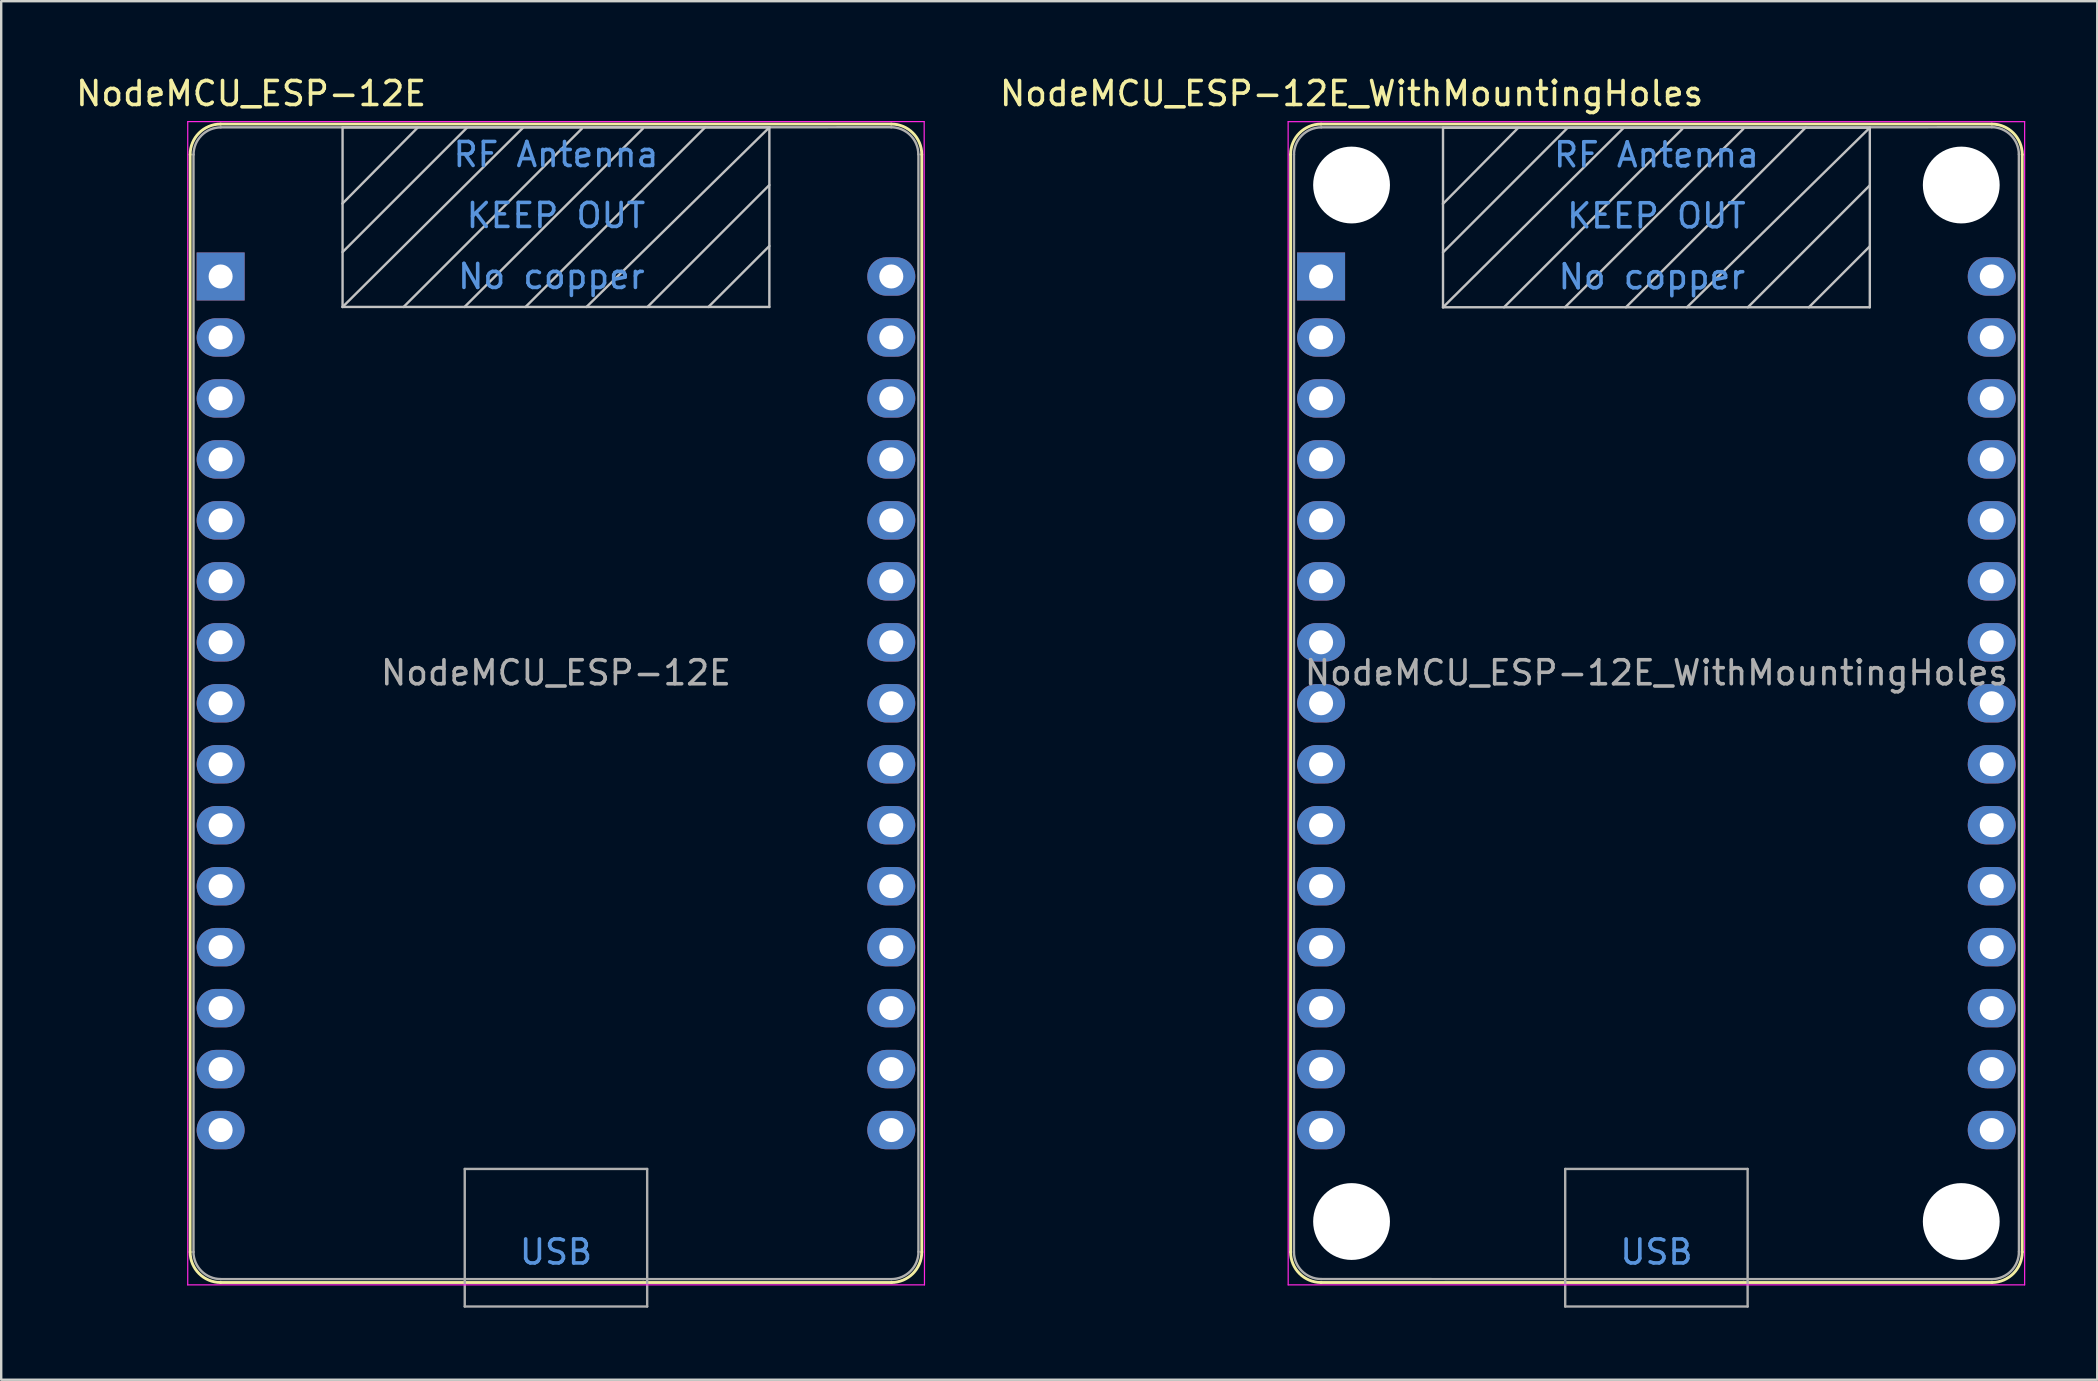
<source format=kicad_pcb>
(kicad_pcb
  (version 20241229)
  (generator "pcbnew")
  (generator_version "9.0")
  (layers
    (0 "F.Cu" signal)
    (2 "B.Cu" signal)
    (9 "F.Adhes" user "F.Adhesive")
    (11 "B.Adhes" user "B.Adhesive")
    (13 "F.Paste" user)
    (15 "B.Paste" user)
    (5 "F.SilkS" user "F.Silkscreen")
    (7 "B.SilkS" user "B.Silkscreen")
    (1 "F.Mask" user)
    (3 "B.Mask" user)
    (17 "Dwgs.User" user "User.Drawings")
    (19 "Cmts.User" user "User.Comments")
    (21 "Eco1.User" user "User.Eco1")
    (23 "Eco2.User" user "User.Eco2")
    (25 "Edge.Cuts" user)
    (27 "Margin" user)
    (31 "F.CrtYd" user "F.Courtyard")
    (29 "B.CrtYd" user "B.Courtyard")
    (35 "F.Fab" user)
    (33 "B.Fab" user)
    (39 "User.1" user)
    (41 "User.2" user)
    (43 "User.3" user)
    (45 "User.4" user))
  (footprint "NodeMCU_ESP-12E_WithMountingHoles"
    (layer "F.Cu")
    (at 51.985 8.468)
    (property "Reference" "NodeMCU_ESP-12E_WithMountingHoles" (at 1.27 -7.62 0) (layer "F.SilkS") (effects (font (size 1 1) (thickness 0.15))))
    (attr through_hole)
    (fp_line (start -1.27 -5.08) (end -1.27 40.64) (stroke (width 0.12) (type solid)) (layer "F.SilkS"))
    (fp_line (start 27.94 -6.35) (end 0 -6.35) (stroke (width 0.12) (type solid)) (layer "F.SilkS"))
    (fp_line (start 27.95 41.91) (end 0 41.91) (stroke (width 0.12) (type solid)) (layer "F.SilkS"))
    (fp_line (start 29.21 -5.08) (end 29.21 40.64) (stroke (width 0.12) (type solid)) (layer "F.SilkS"))
    (fp_arc (start -1.27 -5.08) (mid -0.898026 -5.978026) (end 0 -6.35) (stroke (width 0.12) (type solid)) (layer "F.SilkS"))
    (fp_arc (start 0 41.91) (mid -0.898026 41.538026) (end -1.27 40.64) (stroke (width 0.12) (type solid)) (layer "F.SilkS"))
    (fp_arc (start 27.94 -6.35) (mid 28.838026 -5.978026) (end 29.21 -5.08) (stroke (width 0.12) (type solid)) (layer "F.SilkS"))
    (fp_arc (start 29.21 40.64) (mid 28.841554 41.534483) (end 27.95 41.909961) (stroke (width 0.12) (type solid)) (layer "F.SilkS"))
    (fp_line (start 5.075 -3.024) (end 8.204 -6.185) (stroke (width 0.1) (type solid)) (layer "Dwgs.User"))
    (fp_line (start 5.08 -6.198) (end 5.08 1.283) (stroke (width 0.1) (type solid)) (layer "Dwgs.User"))
    (fp_line (start 5.08 -6.198) (end 22.86 -6.198) (stroke (width 0.1) (type solid)) (layer "Dwgs.User"))
    (fp_line (start 5.08 -1.003) (end 10.262 -6.185) (stroke (width 0.1) (type solid)) (layer "Dwgs.User"))
    (fp_line (start 5.08 1.283) (end 12.598 -6.185) (stroke (width 0.1) (type solid)) (layer "Dwgs.User"))
    (fp_line (start 5.08 1.283) (end 22.86 1.283) (stroke (width 0.1) (type solid)) (layer "Dwgs.User"))
    (fp_line (start 7.62 1.283) (end 15.05 -6.147) (stroke (width 0.1) (type solid)) (layer "Dwgs.User"))
    (fp_line (start 10.16 1.283) (end 17.59 -6.147) (stroke (width 0.1) (type solid)) (layer "Dwgs.User"))
    (fp_line (start 12.7 1.283) (end 20.193 -6.21) (stroke (width 0.1) (type solid)) (layer "Dwgs.User"))
    (fp_line (start 15.24 1.283) (end 22.86 -6.198) (stroke (width 0.1) (type solid)) (layer "Dwgs.User"))
    (fp_line (start 17.78 1.283) (end 22.86 -3.797) (stroke (width 0.1) (type solid)) (layer "Dwgs.User"))
    (fp_line (start 20.32 1.283) (end 22.86 -1.257) (stroke (width 0.1) (type solid)) (layer "Dwgs.User"))
    (fp_line (start 22.86 -6.198) (end 22.86 1.283) (stroke (width 0.1) (type solid)) (layer "Dwgs.User"))
    (fp_line (start -1.37 42.01) (end -1.372 -6.45) (stroke (width 0.05) (type solid)) (layer "F.CrtYd"))
    (fp_line (start 29.31 -6.45) (end -1.372 -6.45) (stroke (width 0.05) (type solid)) (layer "F.CrtYd"))
    (fp_line (start 29.31 42.01) (end -1.37 42.01) (stroke (width 0.05) (type solid)) (layer "F.CrtYd"))
    (fp_line (start 29.31 42.01) (end 29.31 -6.45) (stroke (width 0.05) (type solid)) (layer "F.CrtYd"))
    (fp_line (start -1.128 -5.075) (end -1.13 40.64) (stroke (width 0.1) (type solid)) (layer "F.Fab"))
    (fp_line (start 10.17 37.18) (end 17.77 37.18) (stroke (width 0.1) (type solid)) (layer "F.Fab"))
    (fp_line (start 10.17 42.91) (end 10.17 37.18) (stroke (width 0.1) (type solid)) (layer "F.Fab"))
    (fp_line (start 17.602 41.77) (end 0 41.768) (stroke (width 0.1) (type solid)) (layer "F.Fab"))
    (fp_line (start 17.77 37.18) (end 17.77 42.91) (stroke (width 0.1) (type solid)) (layer "F.Fab"))
    (fp_line (start 17.77 42.91) (end 10.17 42.91) (stroke (width 0.1) (type solid)) (layer "F.Fab"))
    (fp_line (start 27.94 -6.218) (end 0.01 -6.213) (stroke (width 0.1) (type solid)) (layer "F.Fab"))
    (fp_line (start 27.95 41.77) (end 17.602 41.77) (stroke (width 0.1) (type solid)) (layer "F.Fab"))
    (fp_line (start 29.07 -5.09) (end 29.073 40.627) (stroke (width 0.1) (type solid)) (layer "F.Fab"))
    (fp_arc (start -1.128629 -5.074921) (mid -0.794775 -5.879601) (end 0.01016 -6.21284) (stroke (width 0.1) (type solid)) (layer "F.Fab"))
    (fp_arc (start 0.00001 41.765819) (mid -0.795824 41.434598) (end -1.13 40.64) (stroke (width 0.1) (type solid)) (layer "F.Fab"))
    (fp_arc (start 27.940029 -6.221019) (mid 28.736202 -5.886483) (end 29.07 -5.09) (stroke (width 0.1) (type solid)) (layer "F.Fab"))
    (fp_arc (start 29.073088 40.6273) (mid 28.745846 41.42893) (end 27.95 41.77) (stroke (width 0.1) (type solid)) (layer "F.Fab"))
    (fp_text user "RF Antenna" (at 13.97 -5.067 0) (layer "Cmts.User") (effects (font (size 1 1) (thickness 0.15))))
    (fp_text user "No copper" (at 13.78 0.013 0) (layer "Cmts.User") (effects (font (size 1 1) (thickness 0.15))))
    (fp_text user "USB" (at 13.97 40.64 0) (layer "Cmts.User") (effects (font (size 1 1) (thickness 0.15))))
    (fp_text user "KEEP OUT" (at 13.97 -2.527 0) (layer "Cmts.User") (effects (font (size 1 1) (thickness 0.15))))
    (fp_text user "${REFERENCE}" (at 13.97 16.51 0) (layer "F.Fab") (effects (font (size 1 1) (thickness 0.15))))
    (pad "" np_thru_hole circle (at 1.27 -3.81 90) (size 3.2 3.2) (drill 3.2) (layers "*.Cu" "*.Mask"))
    (pad "" np_thru_hole circle (at 1.27 39.37 90) (size 3.2 3.2) (drill 3.2) (layers "*.Cu" "*.Mask"))
    (pad "" np_thru_hole circle (at 26.67 -3.81 90) (size 3.2 3.2) (drill 3.2) (layers "*.Cu" "*.Mask"))
    (pad "" np_thru_hole circle (at 26.67 39.37 90) (size 3.2 3.2) (drill 3.2) (layers "*.Cu" "*.Mask"))
    (pad "1" thru_hole rect (at 0 0) (size 2 2) (drill 1) (layers "*.Cu" "*.Mask"))
    (pad "2" thru_hole oval (at 0 2.54) (size 2 1.6) (drill 1) (layers "*.Cu" "*.Mask"))
    (pad "3" thru_hole oval (at 0 5.08) (size 2 1.6) (drill 1) (layers "*.Cu" "*.Mask"))
    (pad "4" thru_hole oval (at 0 7.62) (size 2 1.6) (drill 1) (layers "*.Cu" "*.Mask"))
    (pad "5" thru_hole oval (at 0 10.16) (size 2 1.6) (drill 1) (layers "*.Cu" "*.Mask"))
    (pad "6" thru_hole oval (at 0 12.7) (size 2 1.6) (drill 1) (layers "*.Cu" "*.Mask"))
    (pad "7" thru_hole oval (at 0 15.24) (size 2 1.6) (drill 1) (layers "*.Cu" "*.Mask"))
    (pad "8" thru_hole oval (at 0 17.78) (size 2 1.6) (drill 1) (layers "*.Cu" "*.Mask"))
    (pad "9" thru_hole oval (at 0 20.32) (size 2 1.6) (drill 1) (layers "*.Cu" "*.Mask"))
    (pad "10" thru_hole oval (at 0 22.86) (size 2 1.6) (drill 1) (layers "*.Cu" "*.Mask"))
    (pad "11" thru_hole oval (at 0 25.4) (size 2 1.6) (drill 1) (layers "*.Cu" "*.Mask"))
    (pad "12" thru_hole oval (at 0 27.94) (size 2 1.6) (drill 1) (layers "*.Cu" "*.Mask"))
    (pad "13" thru_hole oval (at 0 30.48) (size 2 1.6) (drill 1) (layers "*.Cu" "*.Mask"))
    (pad "14" thru_hole oval (at 0 33.02) (size 2 1.6) (drill 1) (layers "*.Cu" "*.Mask"))
    (pad "15" thru_hole oval (at 0 35.56) (size 2 1.6) (drill 1) (layers "*.Cu" "*.Mask"))
    (pad "16" thru_hole oval (at 27.94 35.56) (size 2 1.6) (drill 1) (layers "*.Cu" "*.Mask"))
    (pad "17" thru_hole oval (at 27.94 33.02) (size 2 1.6) (drill 1) (layers "*.Cu" "*.Mask"))
    (pad "18" thru_hole oval (at 27.94 30.48) (size 2 1.6) (drill 1) (layers "*.Cu" "*.Mask"))
    (pad "19" thru_hole oval (at 27.94 27.94) (size 2 1.6) (drill 1) (layers "*.Cu" "*.Mask"))
    (pad "20" thru_hole oval (at 27.94 25.4) (size 2 1.6) (drill 1) (layers "*.Cu" "*.Mask"))
    (pad "21" thru_hole oval (at 27.94 22.86) (size 2 1.6) (drill 1) (layers "*.Cu" "*.Mask"))
    (pad "22" thru_hole oval (at 27.94 20.32) (size 2 1.6) (drill 1) (layers "*.Cu" "*.Mask"))
    (pad "23" thru_hole oval (at 27.94 17.78) (size 2 1.6) (drill 1) (layers "*.Cu" "*.Mask"))
    (pad "24" thru_hole oval (at 27.94 15.24) (size 2 1.6) (drill 1) (layers "*.Cu" "*.Mask"))
    (pad "25" thru_hole oval (at 27.94 12.7) (size 2 1.6) (drill 1) (layers "*.Cu" "*.Mask"))
    (pad "26" thru_hole oval (at 27.94 10.16) (size 2 1.6) (drill 1) (layers "*.Cu" "*.Mask"))
    (pad "27" thru_hole oval (at 27.94 7.62) (size 2 1.6) (drill 1) (layers "*.Cu" "*.Mask"))
    (pad "28" thru_hole oval (at 27.94 5.08) (size 2 1.6) (drill 1) (layers "*.Cu" "*.Mask"))
    (pad "29" thru_hole oval (at 27.94 2.54) (size 2 1.6) (drill 1) (layers "*.Cu" "*.Mask"))
    (pad "30" thru_hole oval (at 27.94 0) (size 2 1.6) (drill 1) (layers "*.Cu" "*.Mask")))
  (footprint "NodeMCU_ESP-12E"
    (layer "F.Cu")
    (at 6.141 8.468)
    (property "Reference" "NodeMCU_ESP-12E" (at 1.27 -7.62 0) (layer "F.SilkS") (effects (font (size 1 1) (thickness 0.15))))
    (attr through_hole)
    (fp_line (start -1.27 -5.08) (end -1.27 40.64) (stroke (width 0.12) (type solid)) (layer "F.SilkS"))
    (fp_line (start 10.17 41.91) (end 0 41.91) (stroke (width 0.12) (type solid)) (layer "F.SilkS"))
    (fp_line (start 27.94 -6.35) (end 0 -6.35) (stroke (width 0.12) (type solid)) (layer "F.SilkS"))
    (fp_line (start 27.95 41.91) (end 10.16 41.91) (stroke (width 0.12) (type solid)) (layer "F.SilkS"))
    (fp_line (start 29.21 -5.08) (end 29.21 40.64) (stroke (width 0.12) (type solid)) (layer "F.SilkS"))
    (fp_arc (start -1.27 -5.08) (mid -0.898026 -5.978026) (end 0 -6.35) (stroke (width 0.12) (type solid)) (layer "F.SilkS"))
    (fp_arc (start 0 41.91) (mid -0.898026 41.538026) (end -1.27 40.64) (stroke (width 0.12) (type solid)) (layer "F.SilkS"))
    (fp_arc (start 27.94 -6.35) (mid 28.838026 -5.978026) (end 29.21 -5.08) (stroke (width 0.12) (type solid)) (layer "F.SilkS"))
    (fp_arc (start 29.21 40.64) (mid 28.838026 41.538026) (end 27.94 41.91) (stroke (width 0.12) (type solid)) (layer "F.SilkS"))
    (fp_line (start 5.075 -3.037) (end 8.204 -6.198) (stroke (width 0.1) (type solid)) (layer "Dwgs.User"))
    (fp_line (start 5.08 -6.21) (end 5.08 1.27) (stroke (width 0.1) (type solid)) (layer "Dwgs.User"))
    (fp_line (start 5.08 -6.21) (end 22.86 -6.21) (stroke (width 0.1) (type solid)) (layer "Dwgs.User"))
    (fp_line (start 5.08 -1.016) (end 10.262 -6.198) (stroke (width 0.1) (type solid)) (layer "Dwgs.User"))
    (fp_line (start 5.08 1.27) (end 12.598 -6.198) (stroke (width 0.1) (type solid)) (layer "Dwgs.User"))
    (fp_line (start 5.08 1.27) (end 22.86 1.27) (stroke (width 0.1) (type solid)) (layer "Dwgs.User"))
    (fp_line (start 7.62 1.27) (end 15.05 -6.16) (stroke (width 0.1) (type solid)) (layer "Dwgs.User"))
    (fp_line (start 10.16 1.27) (end 17.59 -6.16) (stroke (width 0.1) (type solid)) (layer "Dwgs.User"))
    (fp_line (start 12.7 1.27) (end 20.193 -6.223) (stroke (width 0.1) (type solid)) (layer "Dwgs.User"))
    (fp_line (start 15.24 1.27) (end 22.86 -6.21) (stroke (width 0.1) (type solid)) (layer "Dwgs.User"))
    (fp_line (start 17.78 1.27) (end 22.86 -3.81) (stroke (width 0.1) (type solid)) (layer "Dwgs.User"))
    (fp_line (start 20.32 1.27) (end 22.86 -1.27) (stroke (width 0.1) (type solid)) (layer "Dwgs.User"))
    (fp_line (start 22.86 -6.21) (end 22.86 1.27) (stroke (width 0.1) (type solid)) (layer "Dwgs.User"))
    (fp_line (start -1.37 42.01) (end -1.37 -6.452) (stroke (width 0.05) (type solid)) (layer "F.CrtYd"))
    (fp_line (start 29.31 -6.452) (end -1.37 -6.452) (stroke (width 0.05) (type solid)) (layer "F.CrtYd"))
    (fp_line (start 29.322 42.01) (end -1.37 42.01) (stroke (width 0.05) (type solid)) (layer "F.CrtYd"))
    (fp_line (start 29.322 42.01) (end 29.31 -6.452) (stroke (width 0.05) (type solid)) (layer "F.CrtYd"))
    (fp_line (start -1.13 -5.08) (end -1.13 40.64) (stroke (width 0.1) (type solid)) (layer "F.Fab"))
    (fp_line (start 10.17 37.18) (end 17.77 37.18) (stroke (width 0.1) (type solid)) (layer "F.Fab"))
    (fp_line (start 10.17 42.91) (end 10.17 37.18) (stroke (width 0.1) (type solid)) (layer "F.Fab"))
    (fp_line (start 17.602 41.77) (end 0 41.77) (stroke (width 0.1) (type solid)) (layer "F.Fab"))
    (fp_line (start 17.77 37.18) (end 17.77 42.91) (stroke (width 0.1) (type solid)) (layer "F.Fab"))
    (fp_line (start 17.77 42.91) (end 10.17 42.91) (stroke (width 0.1) (type solid)) (layer "F.Fab"))
    (fp_line (start 27.94 -6.218) (end 0.01 -6.213) (stroke (width 0.1) (type solid)) (layer "F.Fab"))
    (fp_line (start 27.95 41.77) (end 17.602 41.77) (stroke (width 0.1) (type solid)) (layer "F.Fab"))
    (fp_line (start 29.07 -5.09) (end 29.07 40.63) (stroke (width 0.1) (type solid)) (layer "F.Fab"))
    (fp_arc (start -1.12776 -5.07492) (mid -0.795952 -5.877193) (end 0.005091 -6.21196) (stroke (width 0.1) (type solid)) (layer "F.Fab"))
    (fp_arc (start 0.00508 41.76776) (mid -0.797189 41.435956) (end -1.13196 40.63492) (stroke (width 0.1) (type solid)) (layer "F.Fab"))
    (fp_arc (start 27.92984 -6.21792) (mid 28.732113 -5.886112) (end 29.06688 -5.085069) (stroke (width 0.1) (type solid)) (layer "F.Fab"))
    (fp_arc (start 29.07309 40.630003) (mid 28.744898 41.429894) (end 27.95 41.77) (stroke (width 0.1) (type solid)) (layer "F.Fab"))
    (fp_text user "No copper" (at 13.78 0 0) (layer "Cmts.User") (effects (font (size 1 1) (thickness 0.15))))
    (fp_text user "RF Antenna" (at 13.97 -5.08 0) (layer "Cmts.User") (effects (font (size 1 1) (thickness 0.15))))
    (fp_text user "KEEP OUT" (at 13.97 -2.54 0) (layer "Cmts.User") (effects (font (size 1 1) (thickness 0.15))))
    (fp_text user "USB" (at 13.97 40.64 0) (layer "Cmts.User") (effects (font (size 1 1) (thickness 0.15))))
    (fp_text user "${REFERENCE}" (at 13.97 16.51 0) (layer "F.Fab") (effects (font (size 1 1) (thickness 0.15))))
    (pad "1" thru_hole rect (at 0 0) (size 2 2) (drill 1) (layers "*.Cu" "*.Mask"))
    (pad "2" thru_hole oval (at 0 2.54) (size 2 1.6) (drill 1) (layers "*.Cu" "*.Mask"))
    (pad "3" thru_hole oval (at 0 5.08) (size 2 1.6) (drill 1) (layers "*.Cu" "*.Mask"))
    (pad "4" thru_hole oval (at 0 7.62) (size 2 1.6) (drill 1) (layers "*.Cu" "*.Mask"))
    (pad "5" thru_hole oval (at 0 10.16) (size 2 1.6) (drill 1) (layers "*.Cu" "*.Mask"))
    (pad "6" thru_hole oval (at 0 12.7) (size 2 1.6) (drill 1) (layers "*.Cu" "*.Mask"))
    (pad "7" thru_hole oval (at 0 15.24) (size 2 1.6) (drill 1) (layers "*.Cu" "*.Mask"))
    (pad "8" thru_hole oval (at 0 17.78) (size 2 1.6) (drill 1) (layers "*.Cu" "*.Mask"))
    (pad "9" thru_hole oval (at 0 20.32) (size 2 1.6) (drill 1) (layers "*.Cu" "*.Mask"))
    (pad "10" thru_hole oval (at 0 22.86) (size 2 1.6) (drill 1) (layers "*.Cu" "*.Mask"))
    (pad "11" thru_hole oval (at 0 25.4) (size 2 1.6) (drill 1) (layers "*.Cu" "*.Mask"))
    (pad "12" thru_hole oval (at 0 27.94) (size 2 1.6) (drill 1) (layers "*.Cu" "*.Mask"))
    (pad "13" thru_hole oval (at 0 30.48) (size 2 1.6) (drill 1) (layers "*.Cu" "*.Mask"))
    (pad "14" thru_hole oval (at 0 33.02) (size 2 1.6) (drill 1) (layers "*.Cu" "*.Mask"))
    (pad "15" thru_hole oval (at 0 35.56) (size 2 1.6) (drill 1) (layers "*.Cu" "*.Mask"))
    (pad "16" thru_hole oval (at 27.94 35.56) (size 2 1.6) (drill 1) (layers "*.Cu" "*.Mask"))
    (pad "17" thru_hole oval (at 27.94 33.02) (size 2 1.6) (drill 1) (layers "*.Cu" "*.Mask"))
    (pad "18" thru_hole oval (at 27.94 30.48) (size 2 1.6) (drill 1) (layers "*.Cu" "*.Mask"))
    (pad "19" thru_hole oval (at 27.94 27.94) (size 2 1.6) (drill 1) (layers "*.Cu" "*.Mask"))
    (pad "20" thru_hole oval (at 27.94 25.4) (size 2 1.6) (drill 1) (layers "*.Cu" "*.Mask"))
    (pad "21" thru_hole oval (at 27.94 22.86) (size 2 1.6) (drill 1) (layers "*.Cu" "*.Mask"))
    (pad "22" thru_hole oval (at 27.94 20.32) (size 2 1.6) (drill 1) (layers "*.Cu" "*.Mask"))
    (pad "23" thru_hole oval (at 27.94 17.78) (size 2 1.6) (drill 1) (layers "*.Cu" "*.Mask"))
    (pad "24" thru_hole oval (at 27.94 15.24) (size 2 1.6) (drill 1) (layers "*.Cu" "*.Mask"))
    (pad "25" thru_hole oval (at 27.94 12.7) (size 2 1.6) (drill 1) (layers "*.Cu" "*.Mask"))
    (pad "26" thru_hole oval (at 27.94 10.16) (size 2 1.6) (drill 1) (layers "*.Cu" "*.Mask"))
    (pad "27" thru_hole oval (at 27.94 7.62) (size 2 1.6) (drill 1) (layers "*.Cu" "*.Mask"))
    (pad "28" thru_hole oval (at 27.94 5.08) (size 2 1.6) (drill 1) (layers "*.Cu" "*.Mask"))
    (pad "29" thru_hole oval (at 27.94 2.54) (size 2 1.6) (drill 1) (layers "*.Cu" "*.Mask"))
    (pad "30" thru_hole oval (at 27.94 0) (size 2 1.6) (drill 1) (layers "*.Cu" "*.Mask")))
  (gr_rect
    (start -3 -3)
    (end 84.32 54.428)
    (stroke (width 0.1) (type default))
    (fill no)
    (layer "Edge.Cuts")))
</source>
